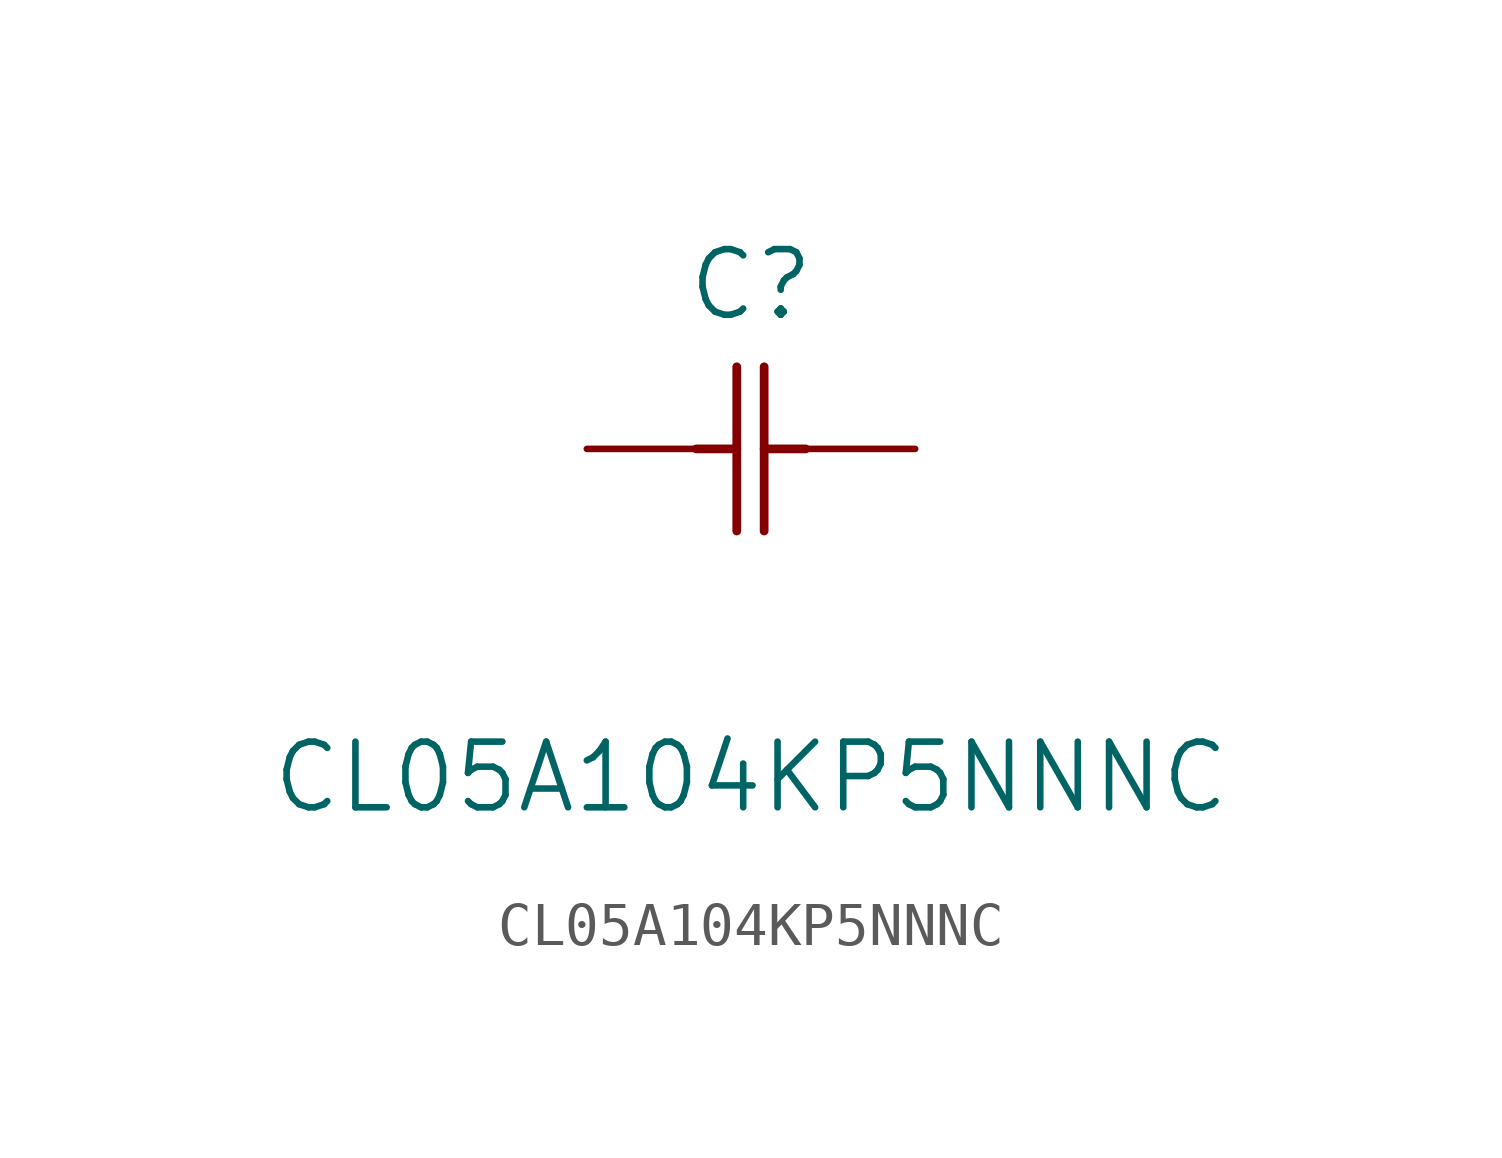
<source format=kicad_sym>
(kicad_symbol_lib
  (version 20211014)
  (generator kicad_symbol_editor)
  (symbol "CL05A104KP5NNNC"
    (pin_numbers hide)
    (pin_names
      (offset 1.651) hide)
    (property "Reference" "C"
      (at 3.81 3.81 0)
      (effects (font (size 1.524 1.524))))
    (property "Value" "CL05A104KP5NNNC"
      (at 3.81 -7.62 0)
      (effects (font (size 1.524 1.524))))
    (property "Datasheet" ""
      (at 0 0 0)
      (effects (font (size 1.524 1.524))))
    (property "ki_locked" ""
      (at 0 0 0)
      (effects (font (size 1.27 1.27))))
    (symbol "CL05A104KP5NNNC_1_1"
      (polyline (pts (xy 2.54 0) (xy 3.48 0)) (stroke (width 0.203) (type default) (color 0 0 0 0)) (fill (type none)))
      (polyline (pts (xy 3.48 -1.905) (xy 3.48 1.905)) (stroke (width 0.203) (type default) (color 0 0 0 0)) (fill (type none)))
      (polyline (pts (xy 4.115 -1.905) (xy 4.115 1.905)) (stroke (width 0.203) (type default) (color 0 0 0 0)) (fill (type none)))
      (polyline (pts (xy 4.115 0) (xy 5.08 0)) (stroke (width 0.203) (type default) (color 0 0 0 0)) (fill (type none)))
      (pin unspecified line (at 0 0 0) (length 2.54) (name "1" (effects (font (size 1.499 1.499)))) (number "1" (effects (font (size 1.499 1.499)))))
      (pin unspecified line (at 7.62 0 180) (length 2.54) (name "2" (effects (font (size 1.499 1.499)))) (number "2" (effects (font (size 1.499 1.499))))))))
</source>
